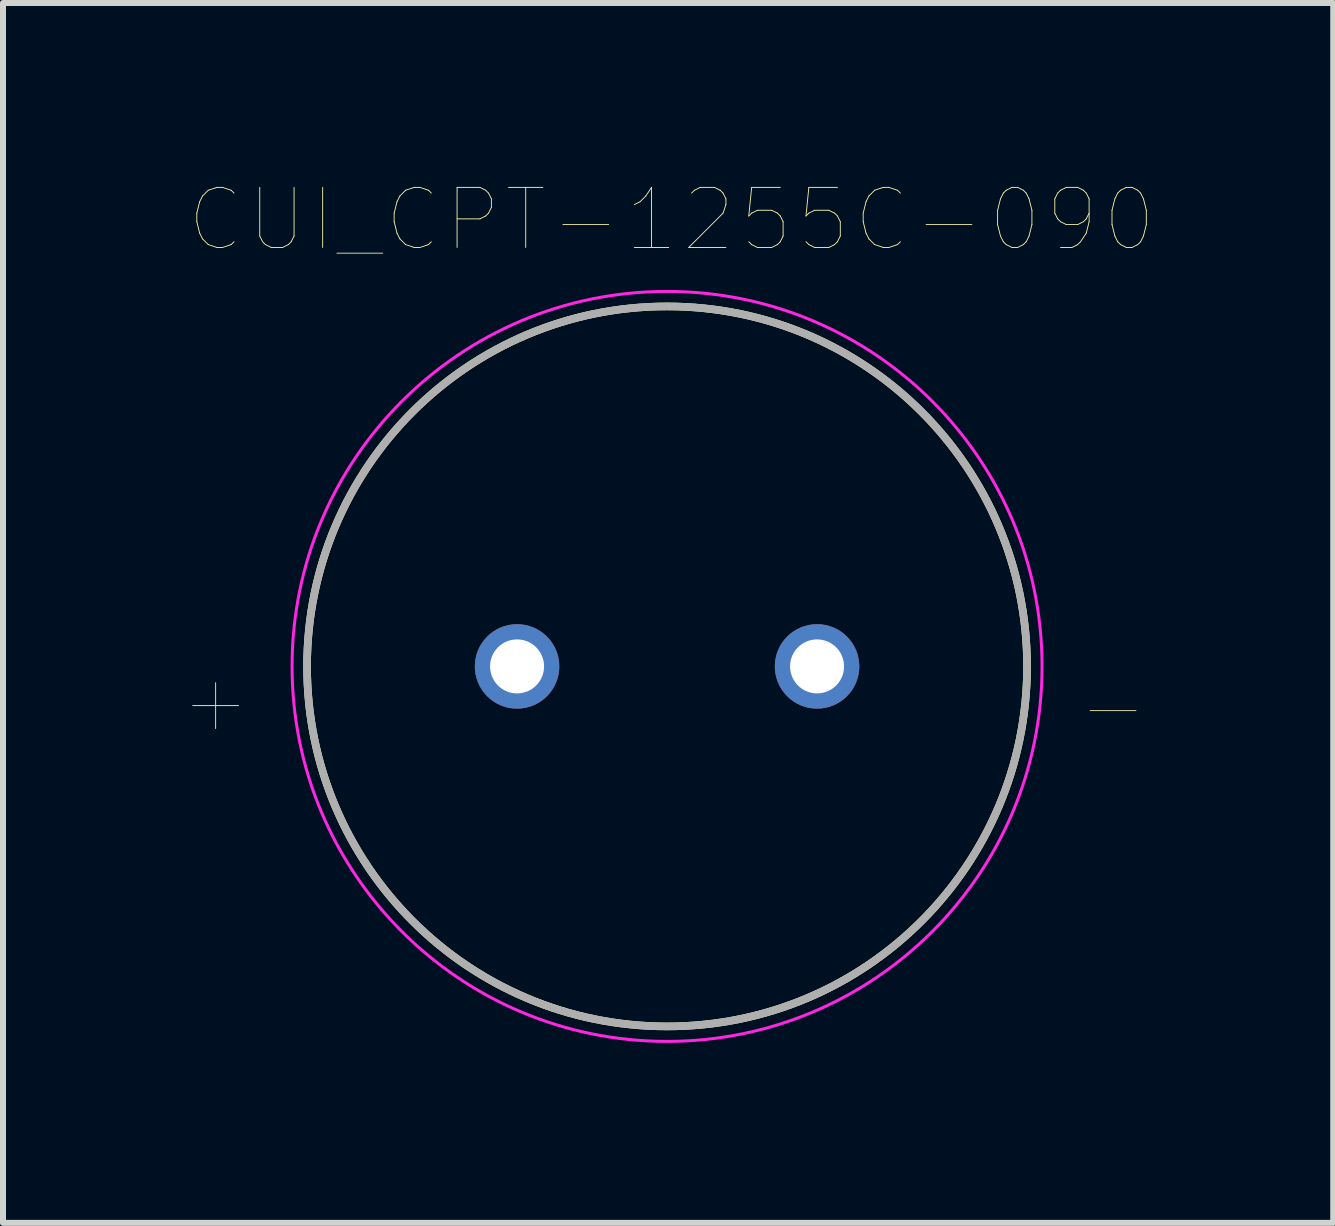
<source format=kicad_pcb>
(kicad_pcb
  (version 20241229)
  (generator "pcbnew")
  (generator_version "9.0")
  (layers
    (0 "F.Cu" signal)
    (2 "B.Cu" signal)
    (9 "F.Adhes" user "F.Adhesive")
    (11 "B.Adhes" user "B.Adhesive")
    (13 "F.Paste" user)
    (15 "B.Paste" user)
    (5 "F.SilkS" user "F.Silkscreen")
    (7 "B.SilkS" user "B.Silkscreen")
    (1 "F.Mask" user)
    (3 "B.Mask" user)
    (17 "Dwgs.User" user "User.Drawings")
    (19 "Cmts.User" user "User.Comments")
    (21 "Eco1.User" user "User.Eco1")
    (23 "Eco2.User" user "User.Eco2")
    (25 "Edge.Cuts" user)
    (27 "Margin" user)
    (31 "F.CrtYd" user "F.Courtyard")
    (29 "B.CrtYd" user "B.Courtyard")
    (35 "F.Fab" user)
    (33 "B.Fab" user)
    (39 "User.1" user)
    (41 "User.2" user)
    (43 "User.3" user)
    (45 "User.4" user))
  (footprint "CUI_CPT-1255C-090"
    (layer "F.Cu")
    (at 8.068 8.057)
    (property "Reference" "CUI_CPT-1255C-090" (at 0.075 -7.445 0) (layer "F.SilkS") (effects (font (size 1.001 1.001) (thickness 0.015))))
    (attr through_hole)
    (fp_circle (center 0 0) (end 6 0) (stroke (width 0.127) (type solid)) (fill no) (layer "F.SilkS"))
    (fp_circle (center 0 0) (end 6.25 0) (stroke (width 0.05) (type solid)) (fill no) (layer "F.CrtYd"))
    (fp_circle (center 0 0) (end 6 0) (stroke (width 0.127) (type solid)) (fill no) (layer "F.Fab"))
    (fp_text user "+" (at -7.524 0.572 0) (layer "F.SilkS") (effects (font (size 1.003 1.003) (thickness 0.015))))
    (fp_text user "-" (at 7.433 0.656 0) (layer "F.SilkS") (effects (font (size 1.002 1.002) (thickness 0.015))))
    (pad "1" thru_hole circle (at -2.5 0) (size 1.408 1.408) (drill 0.9) (layers "*.Cu" "*.Mask"))
    (pad "2" thru_hole circle (at 2.5 0) (size 1.408 1.408) (drill 0.9) (layers "*.Cu" "*.Mask")))
  (gr_rect
    (start -3 -3)
    (end 19.171 17.332)
    (stroke (width 0.1) (type default))
    (fill no)
    (layer "Edge.Cuts")))
</source>
